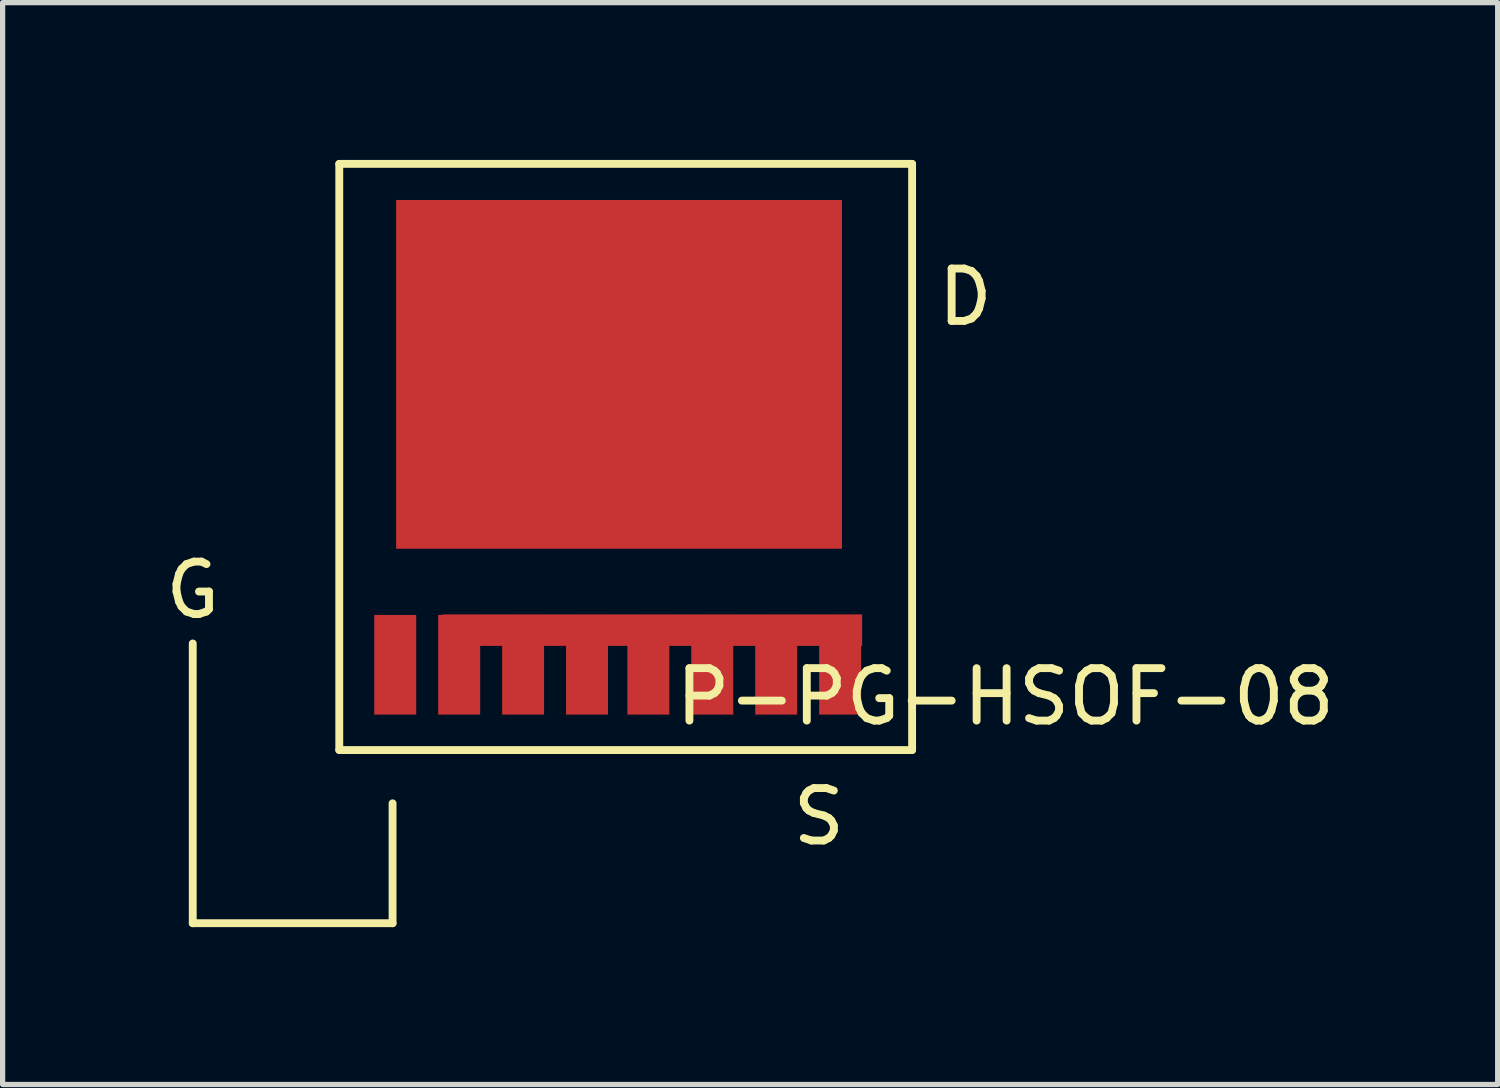
<source format=kicad_pcb>
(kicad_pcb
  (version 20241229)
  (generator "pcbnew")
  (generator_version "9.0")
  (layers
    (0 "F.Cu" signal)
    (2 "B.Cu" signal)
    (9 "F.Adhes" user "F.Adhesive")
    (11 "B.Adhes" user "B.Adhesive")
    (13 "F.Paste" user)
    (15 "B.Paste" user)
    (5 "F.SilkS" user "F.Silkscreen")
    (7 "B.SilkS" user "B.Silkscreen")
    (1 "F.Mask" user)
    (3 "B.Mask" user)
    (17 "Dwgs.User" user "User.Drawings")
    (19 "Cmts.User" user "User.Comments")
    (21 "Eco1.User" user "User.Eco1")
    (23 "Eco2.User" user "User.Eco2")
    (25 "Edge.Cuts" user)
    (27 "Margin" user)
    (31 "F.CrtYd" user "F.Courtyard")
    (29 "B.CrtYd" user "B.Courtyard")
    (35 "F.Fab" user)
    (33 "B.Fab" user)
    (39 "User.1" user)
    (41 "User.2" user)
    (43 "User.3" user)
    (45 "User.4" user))
  (footprint "P-PG-HSOF-08"
    (layer "F.Cu")
    (at 8.753 5.663)
    (property "Reference" "P-PG-HSOF-08" (at 7.366 4.572 0) (layer "F.SilkS") (effects (font (size 1 1) (thickness 0.15))))
    (attr through_hole)
    (fp_line (start -8.128 8.89) (end -8.128 3.556) (stroke (width 0.15) (type solid)) (layer "F.SilkS"))
    (fp_line (start -5.334 -5.588) (end 5.588 -5.588) (stroke (width 0.15) (type solid)) (layer "F.SilkS"))
    (fp_line (start -5.334 5.588) (end -5.334 -5.588) (stroke (width 0.15) (type solid)) (layer "F.SilkS"))
    (fp_line (start -4.318 6.604) (end -4.318 8.89) (stroke (width 0.15) (type solid)) (layer "F.SilkS"))
    (fp_line (start -4.318 8.89) (end -8.128 8.89) (stroke (width 0.15) (type solid)) (layer "F.SilkS"))
    (fp_line (start 5.588 -5.588) (end 5.588 5.588) (stroke (width 0.15) (type solid)) (layer "F.SilkS"))
    (fp_line (start 5.588 5.588) (end -5.334 5.588) (stroke (width 0.15) (type solid)) (layer "F.SilkS"))
    (fp_text user "D" (at 6.604 -3.048 0) (layer "F.SilkS") (effects (font (size 1 1) (thickness 0.15))))
    (fp_text user "S" (at 3.81 6.858 0) (layer "F.SilkS") (effects (font (size 1 1) (thickness 0.15))))
    (fp_text user "G" (at -8.128 2.54 0) (layer "F.SilkS") (effects (font (size 1 1) (thickness 0.15))))
    (pad "D" smd rect (at 0 -1.575) (size 8.5 6.65) (layers "F.Cu" "F.Mask" "F.Paste"))
    (pad "G" smd rect (at -4.267 3.962) (size 0.8 1.9) (layers "F.Cu" "F.Mask" "F.Paste"))
    (pad "S" smd rect (at -3.048 3.962) (size 0.8 1.9) (layers "F.Cu" "F.Mask" "F.Paste"))
    (pad "S" smd rect (at -1.829 3.962) (size 0.8 1.9) (layers "F.Cu" "F.Mask" "F.Paste"))
    (pad "S" smd rect (at -0.61 3.962) (size 0.8 1.9) (layers "F.Cu" "F.Mask" "F.Paste"))
    (pad "S" smd rect (at 0.559 3.962) (size 0.8 1.9) (layers "F.Cu" "F.Mask" "F.Paste"))
    (pad "S" smd rect (at 0.635 3.302) (size 8 0.6) (layers "F.Cu" "F.Mask" "F.Paste"))
    (pad "S" smd rect (at 1.778 3.962) (size 0.8 1.9) (layers "F.Cu" "F.Mask" "F.Paste"))
    (pad "S" smd rect (at 2.997 3.962) (size 0.8 1.9) (layers "F.Cu" "F.Mask" "F.Paste"))
    (pad "S" smd rect (at 4.216 3.962) (size 0.8 1.9) (layers "F.Cu" "F.Mask" "F.Paste")))
  (gr_rect
    (start -3 -3)
    (end 25.506 17.628)
    (stroke (width 0.1) (type default))
    (fill no)
    (layer "Edge.Cuts")))
</source>
